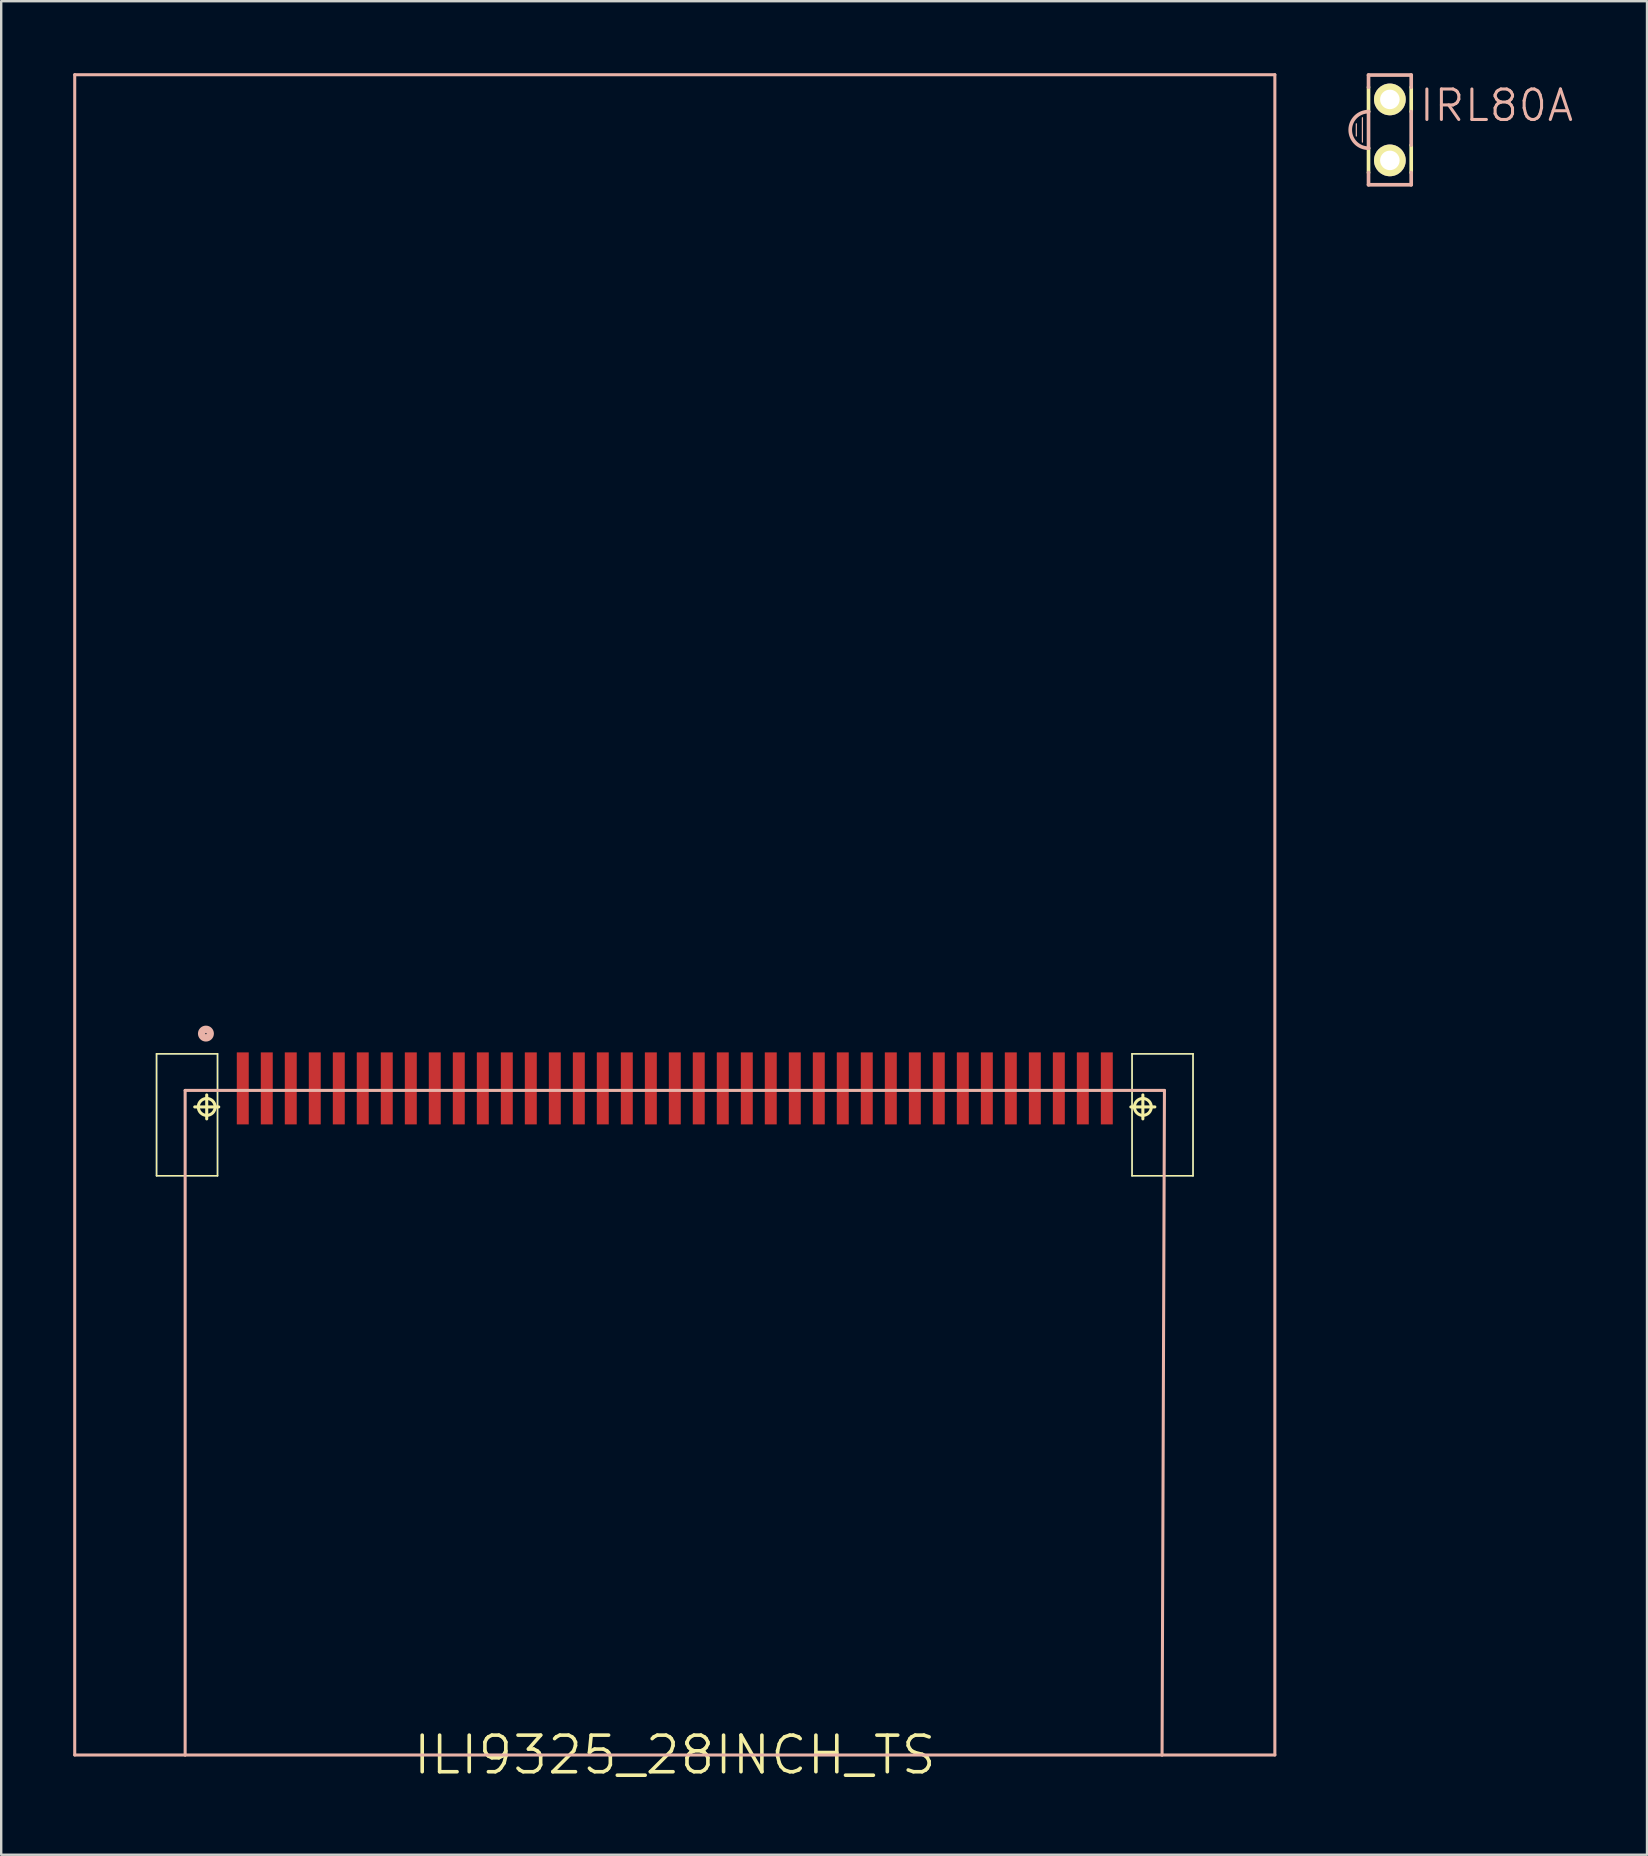
<source format=kicad_pcb>
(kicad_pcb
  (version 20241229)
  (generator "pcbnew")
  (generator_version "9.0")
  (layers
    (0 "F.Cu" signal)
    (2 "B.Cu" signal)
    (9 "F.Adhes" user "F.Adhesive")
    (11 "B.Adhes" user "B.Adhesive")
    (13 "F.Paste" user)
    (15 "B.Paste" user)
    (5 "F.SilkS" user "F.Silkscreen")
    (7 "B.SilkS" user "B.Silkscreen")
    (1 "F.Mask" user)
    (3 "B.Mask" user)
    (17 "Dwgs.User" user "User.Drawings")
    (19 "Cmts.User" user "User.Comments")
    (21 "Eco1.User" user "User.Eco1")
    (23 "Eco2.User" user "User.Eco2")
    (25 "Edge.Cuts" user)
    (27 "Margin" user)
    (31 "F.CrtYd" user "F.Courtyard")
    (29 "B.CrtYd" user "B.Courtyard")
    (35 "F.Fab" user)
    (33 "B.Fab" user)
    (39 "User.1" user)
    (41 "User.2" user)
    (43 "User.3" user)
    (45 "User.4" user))
  (footprint "ILI9325_28INCH_TS"
    (layer "F.Cu")
    (at 25.062 70.063)
    (property "Reference" "ILI9325_28INCH_TS" (at 0 0 0) (layer "F.SilkS") (effects (font (size 1.524 1.524) (thickness 0.15))))
    (attr smd)
    (fp_line (start -21.59 -29.21) (end -19.05 -29.21) (stroke (width 0.066) (type solid)) (layer "B.Cu"))
    (fp_line (start -21.59 -24.13) (end -21.59 -29.21) (stroke (width 0.066) (type solid)) (layer "B.Cu"))
    (fp_line (start -21.59 -24.13) (end -19.05 -24.13) (stroke (width 0.066) (type solid)) (layer "B.Cu"))
    (fp_line (start -19.05 -24.13) (end -19.05 -29.21) (stroke (width 0.066) (type solid)) (layer "B.Cu"))
    (fp_line (start 19.05 -29.21) (end 21.59 -29.21) (stroke (width 0.066) (type solid)) (layer "B.Cu"))
    (fp_line (start 19.05 -24.13) (end 19.05 -29.21) (stroke (width 0.066) (type solid)) (layer "B.Cu"))
    (fp_line (start 19.05 -24.13) (end 21.59 -24.13) (stroke (width 0.066) (type solid)) (layer "B.Cu"))
    (fp_line (start 21.59 -24.13) (end 21.59 -29.21) (stroke (width 0.066) (type solid)) (layer "B.Cu"))
    (fp_line (start -21.59 -29.21) (end -19.05 -29.21) (stroke (width 0.066) (type solid)) (layer "F.SilkS"))
    (fp_line (start -21.59 -24.13) (end -21.59 -29.21) (stroke (width 0.066) (type solid)) (layer "F.SilkS"))
    (fp_line (start -21.59 -24.13) (end -19.05 -24.13) (stroke (width 0.066) (type solid)) (layer "F.SilkS"))
    (fp_line (start -20 -26.998) (end -18.999 -26.998) (stroke (width 0.127) (type solid)) (layer "F.SilkS"))
    (fp_line (start -19.5 -26.5) (end -19.5 -27.498) (stroke (width 0.127) (type solid)) (layer "F.SilkS"))
    (fp_line (start -19.05 -24.13) (end -19.05 -29.21) (stroke (width 0.066) (type solid)) (layer "F.SilkS"))
    (fp_line (start 18.999 -26.998) (end 20 -26.998) (stroke (width 0.127) (type solid)) (layer "F.SilkS"))
    (fp_line (start 19.05 -29.21) (end 21.59 -29.21) (stroke (width 0.066) (type solid)) (layer "F.SilkS"))
    (fp_line (start 19.05 -24.13) (end 19.05 -29.21) (stroke (width 0.066) (type solid)) (layer "F.SilkS"))
    (fp_line (start 19.05 -24.13) (end 21.59 -24.13) (stroke (width 0.066) (type solid)) (layer "F.SilkS"))
    (fp_line (start 19.5 -26.5) (end 19.5 -27.498) (stroke (width 0.127) (type solid)) (layer "F.SilkS"))
    (fp_line (start 21.59 -24.13) (end 21.59 -29.21) (stroke (width 0.066) (type solid)) (layer "F.SilkS"))
    (fp_circle (center -19.5 -26.998) (end -19.748 -27.247) (stroke (width 0.127) (type solid)) (fill no) (layer "F.SilkS"))
    (fp_circle (center 19.5 -26.998) (end 19.748 -27.247) (stroke (width 0.127) (type solid)) (fill no) (layer "F.SilkS"))
    (fp_line (start -24.999 -70) (end 24.999 -70) (stroke (width 0.127) (type solid)) (layer "B.SilkS"))
    (fp_line (start -24.999 0) (end -24.999 -70) (stroke (width 0.127) (type solid)) (layer "B.SilkS"))
    (fp_line (start -20.399 -27.686) (end 20.399 -27.686) (stroke (width 0.127) (type solid)) (layer "B.SilkS"))
    (fp_line (start -20.399 0) (end -24.999 0) (stroke (width 0.127) (type solid)) (layer "B.SilkS"))
    (fp_line (start -20.399 0) (end -20.399 -27.686) (stroke (width 0.127) (type solid)) (layer "B.SilkS"))
    (fp_line (start 20.3 0) (end -20.399 0) (stroke (width 0.127) (type solid)) (layer "B.SilkS"))
    (fp_line (start 20.399 -27.686) (end 20.3 0) (stroke (width 0.127) (type solid)) (layer "B.SilkS"))
    (fp_line (start 24.999 -70) (end 24.999 0) (stroke (width 0.127) (type solid)) (layer "B.SilkS"))
    (fp_line (start 24.999 0) (end 20.3 0) (stroke (width 0.127) (type solid)) (layer "B.SilkS"))
    (fp_circle (center -19.533 -30.053) (end -19.66 -30.18) (stroke (width 0.305) (type solid)) (fill no) (layer "B.SilkS"))
    (pad "1" smd rect (at -17.998 -27.77) (size 0.498 3) (layers "F.Cu" "F.Mask" "F.Paste"))
    (pad "2" smd rect (at -16.998 -27.77) (size 0.498 3) (layers "F.Cu" "F.Mask" "F.Paste"))
    (pad "3" smd rect (at -15.999 -27.77) (size 0.498 3) (layers "F.Cu" "F.Mask" "F.Paste"))
    (pad "4" smd rect (at -14.999 -27.77) (size 0.498 3) (layers "F.Cu" "F.Mask" "F.Paste"))
    (pad "5" smd rect (at -13.998 -27.77) (size 0.498 3) (layers "F.Cu" "F.Mask" "F.Paste"))
    (pad "6" smd rect (at -13 -27.77) (size 0.498 3) (layers "F.Cu" "F.Mask" "F.Paste"))
    (pad "7" smd rect (at -11.999 -27.77) (size 0.498 3) (layers "F.Cu" "F.Mask" "F.Paste"))
    (pad "8" smd rect (at -10.998 -27.77) (size 0.498 3) (layers "F.Cu" "F.Mask" "F.Paste"))
    (pad "9" smd rect (at -10 -27.77) (size 0.498 3) (layers "F.Cu" "F.Mask" "F.Paste"))
    (pad "10" smd rect (at -8.999 -27.77) (size 0.498 3) (layers "F.Cu" "F.Mask" "F.Paste"))
    (pad "11" smd rect (at -7.998 -27.77) (size 0.498 3) (layers "F.Cu" "F.Mask" "F.Paste"))
    (pad "12" smd rect (at -6.998 -27.77) (size 0.498 3) (layers "F.Cu" "F.Mask" "F.Paste"))
    (pad "13" smd rect (at -5.999 -27.77) (size 0.498 3) (layers "F.Cu" "F.Mask" "F.Paste"))
    (pad "14" smd rect (at -4.999 -27.77) (size 0.498 3) (layers "F.Cu" "F.Mask" "F.Paste"))
    (pad "15" smd rect (at -3.998 -27.77) (size 0.498 3) (layers "F.Cu" "F.Mask" "F.Paste"))
    (pad "16" smd rect (at -3 -27.77) (size 0.498 3) (layers "F.Cu" "F.Mask" "F.Paste"))
    (pad "17" smd rect (at -1.999 -27.77) (size 0.498 3) (layers "F.Cu" "F.Mask" "F.Paste"))
    (pad "18" smd rect (at -0.998 -27.77) (size 0.498 3) (layers "F.Cu" "F.Mask" "F.Paste"))
    (pad "19" smd rect (at 0 -27.77) (size 0.498 3) (layers "F.Cu" "F.Mask" "F.Paste"))
    (pad "20" smd rect (at 0.998 -27.77) (size 0.498 3) (layers "F.Cu" "F.Mask" "F.Paste"))
    (pad "21" smd rect (at 1.999 -27.77) (size 0.498 3) (layers "F.Cu" "F.Mask" "F.Paste"))
    (pad "22" smd rect (at 3 -27.77) (size 0.498 3) (layers "F.Cu" "F.Mask" "F.Paste"))
    (pad "23" smd rect (at 3.998 -27.77) (size 0.498 3) (layers "F.Cu" "F.Mask" "F.Paste"))
    (pad "24" smd rect (at 4.999 -27.77) (size 0.498 3) (layers "F.Cu" "F.Mask" "F.Paste"))
    (pad "25" smd rect (at 5.999 -27.77) (size 0.498 3) (layers "F.Cu" "F.Mask" "F.Paste"))
    (pad "26" smd rect (at 6.998 -27.77) (size 0.498 3) (layers "F.Cu" "F.Mask" "F.Paste"))
    (pad "27" smd rect (at 7.998 -27.77) (size 0.498 3) (layers "F.Cu" "F.Mask" "F.Paste"))
    (pad "28" smd rect (at 8.999 -27.77) (size 0.498 3) (layers "F.Cu" "F.Mask" "F.Paste"))
    (pad "29" smd rect (at 10 -27.77) (size 0.498 3) (layers "F.Cu" "F.Mask" "F.Paste"))
    (pad "30" smd rect (at 10.998 -27.77) (size 0.498 3) (layers "F.Cu" "F.Mask" "F.Paste"))
    (pad "31" smd rect (at 11.999 -27.77) (size 0.498 3) (layers "F.Cu" "F.Mask" "F.Paste"))
    (pad "32" smd rect (at 13 -27.77) (size 0.498 3) (layers "F.Cu" "F.Mask" "F.Paste"))
    (pad "33" smd rect (at 13.998 -27.77) (size 0.498 3) (layers "F.Cu" "F.Mask" "F.Paste"))
    (pad "34" smd rect (at 14.999 -27.77) (size 0.498 3) (layers "F.Cu" "F.Mask" "F.Paste"))
    (pad "35" smd rect (at 15.999 -27.77) (size 0.498 3) (layers "F.Cu" "F.Mask" "F.Paste"))
    (pad "36" smd rect (at 16.998 -27.77) (size 0.498 3) (layers "F.Cu" "F.Mask" "F.Paste"))
    (pad "37" smd rect (at 17.998 -27.77) (size 0.498 3) (layers "F.Cu" "F.Mask" "F.Paste")))
  (footprint "IRL80A"
    (layer "F.Cu")
    (at 54.852 2.362)
    (property "Reference" "IRL80A" (at 4.445 -1.016 0) (layer "B.SilkS") (effects (font (size 1.27 1.27) (thickness 0.127))))
    (attr exclude_from_pos_files exclude_from_bom)
    (fp_line (start -0.889 -1.778) (end -0.889 -0.762) (stroke (width 0.152) (type solid)) (layer "F.SilkS"))
    (fp_line (start -0.889 0.762) (end -0.889 1.778) (stroke (width 0.152) (type solid)) (layer "F.SilkS"))
    (fp_line (start 0.889 -1.778) (end 0.889 -0.762) (stroke (width 0.152) (type solid)) (layer "F.SilkS"))
    (fp_line (start 0.889 0.635) (end 0.889 1.778) (stroke (width 0.152) (type solid)) (layer "F.SilkS"))
    (fp_line (start -1.397 -0.254) (end -1.397 0.254) (stroke (width 0.051) (type solid)) (layer "B.SilkS"))
    (fp_line (start -1.143 -0.508) (end -1.143 0.508) (stroke (width 0.051) (type solid)) (layer "B.SilkS"))
    (fp_line (start -0.889 -2.286) (end -0.889 -1.778) (stroke (width 0.152) (type solid)) (layer "B.SilkS"))
    (fp_line (start -0.889 -2.286) (end 0.889 -2.286) (stroke (width 0.152) (type solid)) (layer "B.SilkS"))
    (fp_line (start -0.889 -0.762) (end -0.889 0.762) (stroke (width 0.152) (type solid)) (layer "B.SilkS"))
    (fp_line (start -0.889 1.778) (end -0.889 2.286) (stroke (width 0.152) (type solid)) (layer "B.SilkS"))
    (fp_line (start 0.889 -2.286) (end 0.889 -1.778) (stroke (width 0.152) (type solid)) (layer "B.SilkS"))
    (fp_line (start 0.889 -0.762) (end 0.889 0.635) (stroke (width 0.152) (type solid)) (layer "B.SilkS"))
    (fp_line (start 0.889 1.778) (end 0.889 2.286) (stroke (width 0.152) (type solid)) (layer "B.SilkS"))
    (fp_line (start 0.889 2.286) (end -0.889 2.286) (stroke (width 0.152) (type solid)) (layer "B.SilkS"))
    (fp_arc (start -0.889 0.762) (mid -1.651 0) (end -0.889 -0.762) (stroke (width 0.1524) (type solid)) (layer "B.SilkS"))
    (pad "A" thru_hole circle (at 0 1.27) (size 1.321 1.321) (drill 0.813) (layers "*.Cu" "F.Mask" "F.SilkS" "F.Paste"))
    (pad "K" thru_hole circle (at 0 -1.27) (size 1.321 1.321) (drill 0.813) (layers "*.Cu" "F.Mask" "F.SilkS" "F.Paste")))
  (gr_rect
    (start -3 -3)
    (end 65.565 74.218)
    (stroke (width 0.1) (type default))
    (fill no)
    (layer "Edge.Cuts")))
</source>
